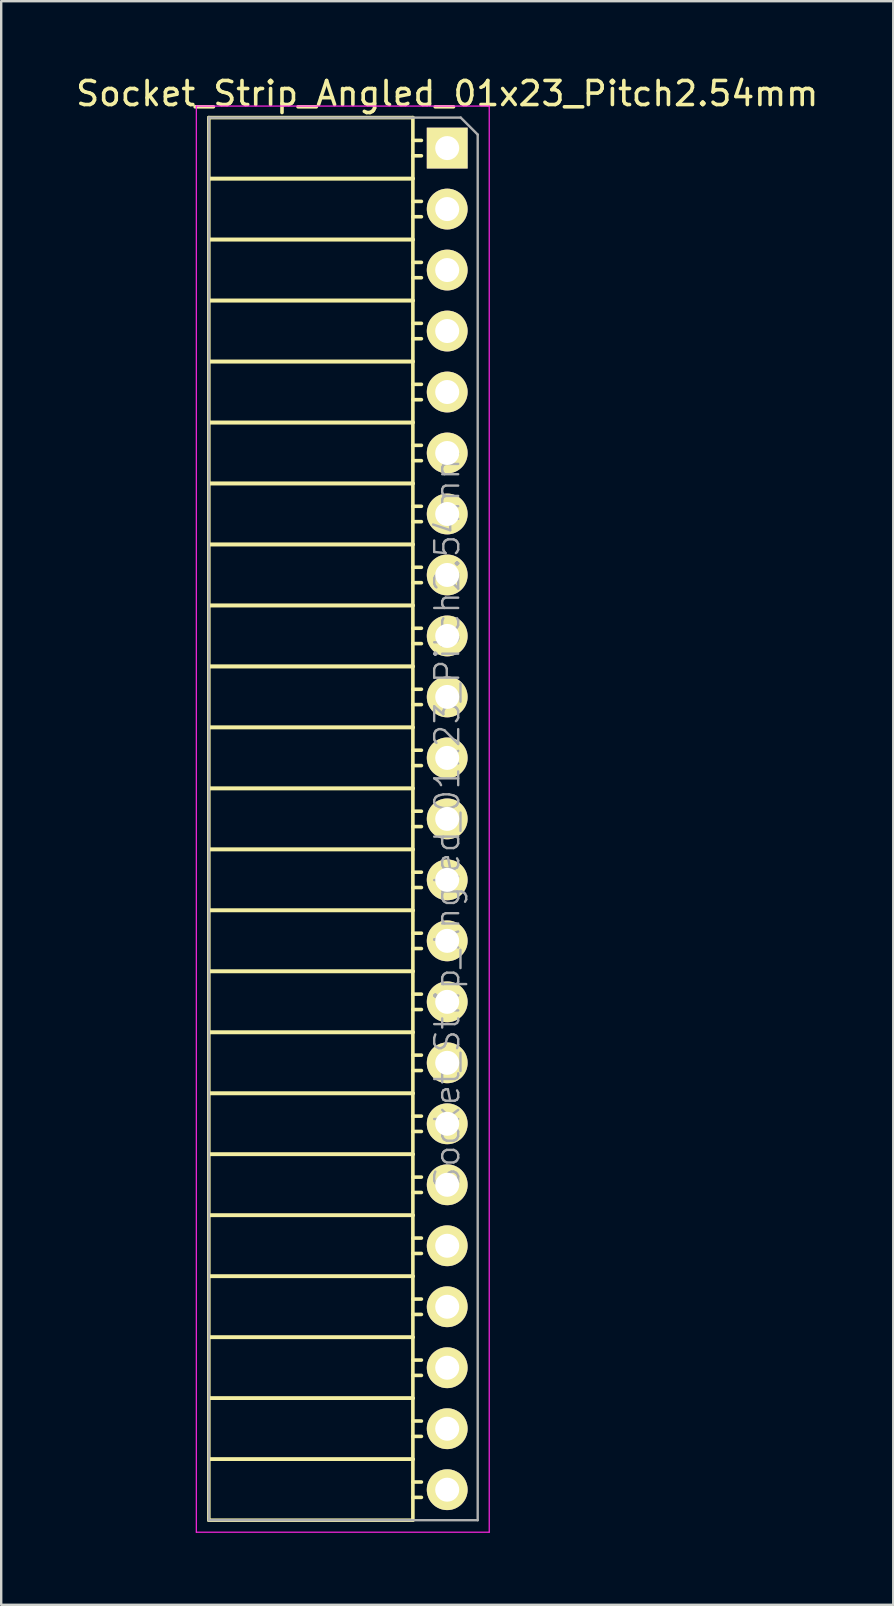
<source format=kicad_pcb>
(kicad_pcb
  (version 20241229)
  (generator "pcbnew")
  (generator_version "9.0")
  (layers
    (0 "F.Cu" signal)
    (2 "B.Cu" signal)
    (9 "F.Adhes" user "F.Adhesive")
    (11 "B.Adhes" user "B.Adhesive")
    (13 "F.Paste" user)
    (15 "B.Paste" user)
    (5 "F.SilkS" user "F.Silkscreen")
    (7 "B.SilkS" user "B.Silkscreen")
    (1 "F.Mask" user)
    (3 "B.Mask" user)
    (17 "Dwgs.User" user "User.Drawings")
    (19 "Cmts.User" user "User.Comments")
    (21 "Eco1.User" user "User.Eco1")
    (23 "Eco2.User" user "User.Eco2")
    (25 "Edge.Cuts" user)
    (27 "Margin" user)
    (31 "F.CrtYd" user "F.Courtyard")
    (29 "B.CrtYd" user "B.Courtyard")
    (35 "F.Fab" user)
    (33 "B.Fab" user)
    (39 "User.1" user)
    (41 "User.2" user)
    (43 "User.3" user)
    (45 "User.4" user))
  (footprint "Socket_Strip_Angled_01x23_Pitch2.54mm"
    (layer "F.Cu")
    (at 15.577 3.118)
    (property "Reference" "Socket_Strip_Angled_01x23_Pitch2.54mm" (at 0 -2.27 0) (layer "F.SilkS") (effects (font (size 1 1) (thickness 0.15))))
    (attr smd)
    (fp_line (start -9.93 -1.27) (end -9.93 1.27) (stroke (width 0.15) (type solid)) (layer "F.SilkS"))
    (fp_line (start -9.93 -1.27) (end -1.43 -1.27) (stroke (width 0.15) (type solid)) (layer "F.SilkS"))
    (fp_line (start -9.93 1.27) (end -9.93 3.81) (stroke (width 0.15) (type solid)) (layer "F.SilkS"))
    (fp_line (start -9.93 1.27) (end -1.43 1.27) (stroke (width 0.15) (type solid)) (layer "F.SilkS"))
    (fp_line (start -9.93 1.27) (end -1.43 1.27) (stroke (width 0.15) (type solid)) (layer "F.SilkS"))
    (fp_line (start -9.93 3.81) (end -9.93 6.35) (stroke (width 0.15) (type solid)) (layer "F.SilkS"))
    (fp_line (start -9.93 3.81) (end -1.43 3.81) (stroke (width 0.15) (type solid)) (layer "F.SilkS"))
    (fp_line (start -9.93 3.81) (end -1.43 3.81) (stroke (width 0.15) (type solid)) (layer "F.SilkS"))
    (fp_line (start -9.93 6.35) (end -9.93 8.89) (stroke (width 0.15) (type solid)) (layer "F.SilkS"))
    (fp_line (start -9.93 6.35) (end -1.43 6.35) (stroke (width 0.15) (type solid)) (layer "F.SilkS"))
    (fp_line (start -9.93 6.35) (end -1.43 6.35) (stroke (width 0.15) (type solid)) (layer "F.SilkS"))
    (fp_line (start -9.93 8.89) (end -9.93 11.43) (stroke (width 0.15) (type solid)) (layer "F.SilkS"))
    (fp_line (start -9.93 8.89) (end -1.43 8.89) (stroke (width 0.15) (type solid)) (layer "F.SilkS"))
    (fp_line (start -9.93 8.89) (end -1.43 8.89) (stroke (width 0.15) (type solid)) (layer "F.SilkS"))
    (fp_line (start -9.93 11.43) (end -9.93 13.97) (stroke (width 0.15) (type solid)) (layer "F.SilkS"))
    (fp_line (start -9.93 11.43) (end -1.43 11.43) (stroke (width 0.15) (type solid)) (layer "F.SilkS"))
    (fp_line (start -9.93 11.43) (end -1.43 11.43) (stroke (width 0.15) (type solid)) (layer "F.SilkS"))
    (fp_line (start -9.93 13.97) (end -9.93 16.51) (stroke (width 0.15) (type solid)) (layer "F.SilkS"))
    (fp_line (start -9.93 13.97) (end -1.43 13.97) (stroke (width 0.15) (type solid)) (layer "F.SilkS"))
    (fp_line (start -9.93 13.97) (end -1.43 13.97) (stroke (width 0.15) (type solid)) (layer "F.SilkS"))
    (fp_line (start -9.93 16.51) (end -9.93 19.05) (stroke (width 0.15) (type solid)) (layer "F.SilkS"))
    (fp_line (start -9.93 16.51) (end -1.43 16.51) (stroke (width 0.15) (type solid)) (layer "F.SilkS"))
    (fp_line (start -9.93 16.51) (end -1.43 16.51) (stroke (width 0.15) (type solid)) (layer "F.SilkS"))
    (fp_line (start -9.93 19.05) (end -9.93 21.59) (stroke (width 0.15) (type solid)) (layer "F.SilkS"))
    (fp_line (start -9.93 19.05) (end -1.43 19.05) (stroke (width 0.15) (type solid)) (layer "F.SilkS"))
    (fp_line (start -9.93 19.05) (end -1.43 19.05) (stroke (width 0.15) (type solid)) (layer "F.SilkS"))
    (fp_line (start -9.93 21.59) (end -9.93 24.13) (stroke (width 0.15) (type solid)) (layer "F.SilkS"))
    (fp_line (start -9.93 21.59) (end -1.43 21.59) (stroke (width 0.15) (type solid)) (layer "F.SilkS"))
    (fp_line (start -9.93 21.59) (end -1.43 21.59) (stroke (width 0.15) (type solid)) (layer "F.SilkS"))
    (fp_line (start -9.93 24.13) (end -9.93 26.67) (stroke (width 0.15) (type solid)) (layer "F.SilkS"))
    (fp_line (start -9.93 24.13) (end -1.43 24.13) (stroke (width 0.15) (type solid)) (layer "F.SilkS"))
    (fp_line (start -9.93 24.13) (end -1.43 24.13) (stroke (width 0.15) (type solid)) (layer "F.SilkS"))
    (fp_line (start -9.93 26.67) (end -9.93 29.21) (stroke (width 0.15) (type solid)) (layer "F.SilkS"))
    (fp_line (start -9.93 26.67) (end -1.43 26.67) (stroke (width 0.15) (type solid)) (layer "F.SilkS"))
    (fp_line (start -9.93 26.67) (end -1.43 26.67) (stroke (width 0.15) (type solid)) (layer "F.SilkS"))
    (fp_line (start -9.93 29.21) (end -9.93 31.75) (stroke (width 0.15) (type solid)) (layer "F.SilkS"))
    (fp_line (start -9.93 29.21) (end -1.43 29.21) (stroke (width 0.15) (type solid)) (layer "F.SilkS"))
    (fp_line (start -9.93 29.21) (end -1.43 29.21) (stroke (width 0.15) (type solid)) (layer "F.SilkS"))
    (fp_line (start -9.93 31.75) (end -9.93 34.29) (stroke (width 0.15) (type solid)) (layer "F.SilkS"))
    (fp_line (start -9.93 31.75) (end -1.43 31.75) (stroke (width 0.15) (type solid)) (layer "F.SilkS"))
    (fp_line (start -9.93 31.75) (end -1.43 31.75) (stroke (width 0.15) (type solid)) (layer "F.SilkS"))
    (fp_line (start -9.93 34.29) (end -9.93 36.83) (stroke (width 0.15) (type solid)) (layer "F.SilkS"))
    (fp_line (start -9.93 34.29) (end -1.43 34.29) (stroke (width 0.15) (type solid)) (layer "F.SilkS"))
    (fp_line (start -9.93 34.29) (end -1.43 34.29) (stroke (width 0.15) (type solid)) (layer "F.SilkS"))
    (fp_line (start -9.93 36.83) (end -9.93 39.37) (stroke (width 0.15) (type solid)) (layer "F.SilkS"))
    (fp_line (start -9.93 36.83) (end -1.43 36.83) (stroke (width 0.15) (type solid)) (layer "F.SilkS"))
    (fp_line (start -9.93 36.83) (end -1.43 36.83) (stroke (width 0.15) (type solid)) (layer "F.SilkS"))
    (fp_line (start -9.93 39.37) (end -9.93 41.91) (stroke (width 0.15) (type solid)) (layer "F.SilkS"))
    (fp_line (start -9.93 39.37) (end -1.43 39.37) (stroke (width 0.15) (type solid)) (layer "F.SilkS"))
    (fp_line (start -9.93 39.37) (end -1.43 39.37) (stroke (width 0.15) (type solid)) (layer "F.SilkS"))
    (fp_line (start -9.93 41.91) (end -9.93 44.45) (stroke (width 0.15) (type solid)) (layer "F.SilkS"))
    (fp_line (start -9.93 41.91) (end -1.43 41.91) (stroke (width 0.15) (type solid)) (layer "F.SilkS"))
    (fp_line (start -9.93 41.91) (end -1.43 41.91) (stroke (width 0.15) (type solid)) (layer "F.SilkS"))
    (fp_line (start -9.93 44.45) (end -9.93 46.99) (stroke (width 0.15) (type solid)) (layer "F.SilkS"))
    (fp_line (start -9.93 44.45) (end -1.43 44.45) (stroke (width 0.15) (type solid)) (layer "F.SilkS"))
    (fp_line (start -9.93 44.45) (end -1.43 44.45) (stroke (width 0.15) (type solid)) (layer "F.SilkS"))
    (fp_line (start -9.93 46.99) (end -9.93 49.53) (stroke (width 0.15) (type solid)) (layer "F.SilkS"))
    (fp_line (start -9.93 46.99) (end -1.43 46.99) (stroke (width 0.15) (type solid)) (layer "F.SilkS"))
    (fp_line (start -9.93 46.99) (end -1.43 46.99) (stroke (width 0.15) (type solid)) (layer "F.SilkS"))
    (fp_line (start -9.93 49.53) (end -9.93 52.07) (stroke (width 0.15) (type solid)) (layer "F.SilkS"))
    (fp_line (start -9.93 49.53) (end -1.43 49.53) (stroke (width 0.15) (type solid)) (layer "F.SilkS"))
    (fp_line (start -9.93 49.53) (end -1.43 49.53) (stroke (width 0.15) (type solid)) (layer "F.SilkS"))
    (fp_line (start -9.93 52.07) (end -9.93 54.61) (stroke (width 0.15) (type solid)) (layer "F.SilkS"))
    (fp_line (start -9.93 52.07) (end -1.43 52.07) (stroke (width 0.15) (type solid)) (layer "F.SilkS"))
    (fp_line (start -9.93 52.07) (end -1.43 52.07) (stroke (width 0.15) (type solid)) (layer "F.SilkS"))
    (fp_line (start -9.93 54.61) (end -9.93 57.15) (stroke (width 0.15) (type solid)) (layer "F.SilkS"))
    (fp_line (start -9.93 54.61) (end -1.43 54.61) (stroke (width 0.15) (type solid)) (layer "F.SilkS"))
    (fp_line (start -9.93 54.61) (end -1.43 54.61) (stroke (width 0.15) (type solid)) (layer "F.SilkS"))
    (fp_line (start -9.93 57.15) (end -1.43 57.15) (stroke (width 0.15) (type solid)) (layer "F.SilkS"))
    (fp_line (start -1.43 -1.27) (end -1.43 1.27) (stroke (width 0.15) (type solid)) (layer "F.SilkS"))
    (fp_line (start -1.43 -0.32) (end -1.075 -0.32) (stroke (width 0.15) (type solid)) (layer "F.SilkS"))
    (fp_line (start -1.43 0.32) (end -1.075 0.32) (stroke (width 0.15) (type solid)) (layer "F.SilkS"))
    (fp_line (start -1.43 1.27) (end -1.43 3.81) (stroke (width 0.15) (type solid)) (layer "F.SilkS"))
    (fp_line (start -1.43 2.22) (end -1.075 2.22) (stroke (width 0.15) (type solid)) (layer "F.SilkS"))
    (fp_line (start -1.43 2.86) (end -1.075 2.86) (stroke (width 0.15) (type solid)) (layer "F.SilkS"))
    (fp_line (start -1.43 3.81) (end -1.43 6.35) (stroke (width 0.15) (type solid)) (layer "F.SilkS"))
    (fp_line (start -1.43 4.76) (end -1.075 4.76) (stroke (width 0.15) (type solid)) (layer "F.SilkS"))
    (fp_line (start -1.43 5.4) (end -1.075 5.4) (stroke (width 0.15) (type solid)) (layer "F.SilkS"))
    (fp_line (start -1.43 6.35) (end -1.43 8.89) (stroke (width 0.15) (type solid)) (layer "F.SilkS"))
    (fp_line (start -1.43 7.3) (end -1.075 7.3) (stroke (width 0.15) (type solid)) (layer "F.SilkS"))
    (fp_line (start -1.43 7.94) (end -1.075 7.94) (stroke (width 0.15) (type solid)) (layer "F.SilkS"))
    (fp_line (start -1.43 8.89) (end -1.43 11.43) (stroke (width 0.15) (type solid)) (layer "F.SilkS"))
    (fp_line (start -1.43 9.84) (end -1.075 9.84) (stroke (width 0.15) (type solid)) (layer "F.SilkS"))
    (fp_line (start -1.43 10.48) (end -1.075 10.48) (stroke (width 0.15) (type solid)) (layer "F.SilkS"))
    (fp_line (start -1.43 11.43) (end -1.43 13.97) (stroke (width 0.15) (type solid)) (layer "F.SilkS"))
    (fp_line (start -1.43 12.38) (end -1.075 12.38) (stroke (width 0.15) (type solid)) (layer "F.SilkS"))
    (fp_line (start -1.43 13.02) (end -1.075 13.02) (stroke (width 0.15) (type solid)) (layer "F.SilkS"))
    (fp_line (start -1.43 13.97) (end -1.43 16.51) (stroke (width 0.15) (type solid)) (layer "F.SilkS"))
    (fp_line (start -1.43 14.92) (end -1.075 14.92) (stroke (width 0.15) (type solid)) (layer "F.SilkS"))
    (fp_line (start -1.43 15.56) (end -1.075 15.56) (stroke (width 0.15) (type solid)) (layer "F.SilkS"))
    (fp_line (start -1.43 16.51) (end -1.43 19.05) (stroke (width 0.15) (type solid)) (layer "F.SilkS"))
    (fp_line (start -1.43 17.46) (end -1.075 17.46) (stroke (width 0.15) (type solid)) (layer "F.SilkS"))
    (fp_line (start -1.43 18.1) (end -1.075 18.1) (stroke (width 0.15) (type solid)) (layer "F.SilkS"))
    (fp_line (start -1.43 19.05) (end -1.43 21.59) (stroke (width 0.15) (type solid)) (layer "F.SilkS"))
    (fp_line (start -1.43 20) (end -1.075 20) (stroke (width 0.15) (type solid)) (layer "F.SilkS"))
    (fp_line (start -1.43 20.64) (end -1.075 20.64) (stroke (width 0.15) (type solid)) (layer "F.SilkS"))
    (fp_line (start -1.43 21.59) (end -1.43 24.13) (stroke (width 0.15) (type solid)) (layer "F.SilkS"))
    (fp_line (start -1.43 22.54) (end -1.075 22.54) (stroke (width 0.15) (type solid)) (layer "F.SilkS"))
    (fp_line (start -1.43 23.18) (end -1.075 23.18) (stroke (width 0.15) (type solid)) (layer "F.SilkS"))
    (fp_line (start -1.43 24.13) (end -1.43 26.67) (stroke (width 0.15) (type solid)) (layer "F.SilkS"))
    (fp_line (start -1.43 25.08) (end -1.075 25.08) (stroke (width 0.15) (type solid)) (layer "F.SilkS"))
    (fp_line (start -1.43 25.72) (end -1.075 25.72) (stroke (width 0.15) (type solid)) (layer "F.SilkS"))
    (fp_line (start -1.43 26.67) (end -1.43 29.21) (stroke (width 0.15) (type solid)) (layer "F.SilkS"))
    (fp_line (start -1.43 27.62) (end -1.075 27.62) (stroke (width 0.15) (type solid)) (layer "F.SilkS"))
    (fp_line (start -1.43 28.26) (end -1.075 28.26) (stroke (width 0.15) (type solid)) (layer "F.SilkS"))
    (fp_line (start -1.43 29.21) (end -1.43 31.75) (stroke (width 0.15) (type solid)) (layer "F.SilkS"))
    (fp_line (start -1.43 30.16) (end -1.075 30.16) (stroke (width 0.15) (type solid)) (layer "F.SilkS"))
    (fp_line (start -1.43 30.8) (end -1.075 30.8) (stroke (width 0.15) (type solid)) (layer "F.SilkS"))
    (fp_line (start -1.43 31.75) (end -1.43 34.29) (stroke (width 0.15) (type solid)) (layer "F.SilkS"))
    (fp_line (start -1.43 32.7) (end -1.075 32.7) (stroke (width 0.15) (type solid)) (layer "F.SilkS"))
    (fp_line (start -1.43 33.34) (end -1.075 33.34) (stroke (width 0.15) (type solid)) (layer "F.SilkS"))
    (fp_line (start -1.43 34.29) (end -1.43 36.83) (stroke (width 0.15) (type solid)) (layer "F.SilkS"))
    (fp_line (start -1.43 35.24) (end -1.075 35.24) (stroke (width 0.15) (type solid)) (layer "F.SilkS"))
    (fp_line (start -1.43 35.88) (end -1.075 35.88) (stroke (width 0.15) (type solid)) (layer "F.SilkS"))
    (fp_line (start -1.43 36.83) (end -1.43 39.37) (stroke (width 0.15) (type solid)) (layer "F.SilkS"))
    (fp_line (start -1.43 37.78) (end -1.075 37.78) (stroke (width 0.15) (type solid)) (layer "F.SilkS"))
    (fp_line (start -1.43 38.42) (end -1.075 38.42) (stroke (width 0.15) (type solid)) (layer "F.SilkS"))
    (fp_line (start -1.43 39.37) (end -1.43 41.91) (stroke (width 0.15) (type solid)) (layer "F.SilkS"))
    (fp_line (start -1.43 40.32) (end -1.075 40.32) (stroke (width 0.15) (type solid)) (layer "F.SilkS"))
    (fp_line (start -1.43 40.96) (end -1.075 40.96) (stroke (width 0.15) (type solid)) (layer "F.SilkS"))
    (fp_line (start -1.43 41.91) (end -1.43 44.45) (stroke (width 0.15) (type solid)) (layer "F.SilkS"))
    (fp_line (start -1.43 42.86) (end -1.075 42.86) (stroke (width 0.15) (type solid)) (layer "F.SilkS"))
    (fp_line (start -1.43 43.5) (end -1.075 43.5) (stroke (width 0.15) (type solid)) (layer "F.SilkS"))
    (fp_line (start -1.43 44.45) (end -1.43 46.99) (stroke (width 0.15) (type solid)) (layer "F.SilkS"))
    (fp_line (start -1.43 45.4) (end -1.075 45.4) (stroke (width 0.15) (type solid)) (layer "F.SilkS"))
    (fp_line (start -1.43 46.04) (end -1.075 46.04) (stroke (width 0.15) (type solid)) (layer "F.SilkS"))
    (fp_line (start -1.43 46.99) (end -1.43 49.53) (stroke (width 0.15) (type solid)) (layer "F.SilkS"))
    (fp_line (start -1.43 47.94) (end -1.075 47.94) (stroke (width 0.15) (type solid)) (layer "F.SilkS"))
    (fp_line (start -1.43 48.58) (end -1.075 48.58) (stroke (width 0.15) (type solid)) (layer "F.SilkS"))
    (fp_line (start -1.43 49.53) (end -1.43 52.07) (stroke (width 0.15) (type solid)) (layer "F.SilkS"))
    (fp_line (start -1.43 50.48) (end -1.075 50.48) (stroke (width 0.15) (type solid)) (layer "F.SilkS"))
    (fp_line (start -1.43 51.12) (end -1.075 51.12) (stroke (width 0.15) (type solid)) (layer "F.SilkS"))
    (fp_line (start -1.43 52.07) (end -1.43 54.61) (stroke (width 0.15) (type solid)) (layer "F.SilkS"))
    (fp_line (start -1.43 53.02) (end -1.075 53.02) (stroke (width 0.15) (type solid)) (layer "F.SilkS"))
    (fp_line (start -1.43 53.66) (end -1.075 53.66) (stroke (width 0.15) (type solid)) (layer "F.SilkS"))
    (fp_line (start -1.43 54.61) (end -1.43 57.15) (stroke (width 0.15) (type solid)) (layer "F.SilkS"))
    (fp_line (start -1.43 55.56) (end -1.075 55.56) (stroke (width 0.15) (type solid)) (layer "F.SilkS"))
    (fp_line (start -1.43 56.2) (end -1.075 56.2) (stroke (width 0.15) (type solid)) (layer "F.SilkS"))
    (fp_line (start -10.45 -1.75) (end 1.75 -1.75) (stroke (width 0.05) (type solid)) (layer "F.CrtYd"))
    (fp_line (start -10.45 57.65) (end -10.45 -1.75) (stroke (width 0.05) (type solid)) (layer "F.CrtYd"))
    (fp_line (start -10.45 57.65) (end 1.75 57.65) (stroke (width 0.05) (type solid)) (layer "F.CrtYd"))
    (fp_line (start 1.75 57.65) (end 1.75 -1.75) (stroke (width 0.05) (type solid)) (layer "F.CrtYd"))
    (fp_line (start -9.93 -1.27) (end 0.563 -1.27) (stroke (width 0.1) (type solid)) (layer "F.Fab"))
    (fp_line (start -9.93 57.15) (end -9.93 -1.27) (stroke (width 0.1) (type solid)) (layer "F.Fab"))
    (fp_line (start -9.93 57.15) (end 1.27 57.15) (stroke (width 0.1) (type solid)) (layer "F.Fab"))
    (fp_line (start 1.27 -0.563) (end 0.563 -1.27) (stroke (width 0.1) (type solid)) (layer "F.Fab"))
    (fp_line (start 1.27 57.15) (end 1.27 -0.563) (stroke (width 0.1) (type solid)) (layer "F.Fab"))
    (fp_text user "${REFERENCE}" (at 0 27.94 90) (layer "F.Fab") (effects (font (size 1 1) (thickness 0.1))))
    (pad "1" thru_hole rect (at 0 0) (size 1.7 1.7) (drill 1) (layers "*.Cu" "*.Mask" "F.SilkS"))
    (pad "2" thru_hole oval (at 0 2.54) (size 1.7 1.7) (drill 1) (layers "*.Cu" "*.Mask" "F.SilkS"))
    (pad "3" thru_hole oval (at 0 5.08) (size 1.7 1.7) (drill 1) (layers "*.Cu" "*.Mask" "F.SilkS"))
    (pad "4" thru_hole oval (at 0 7.62) (size 1.7 1.7) (drill 1) (layers "*.Cu" "*.Mask" "F.SilkS"))
    (pad "5" thru_hole oval (at 0 10.16) (size 1.7 1.7) (drill 1) (layers "*.Cu" "*.Mask" "F.SilkS"))
    (pad "6" thru_hole oval (at 0 12.7) (size 1.7 1.7) (drill 1) (layers "*.Cu" "*.Mask" "F.SilkS"))
    (pad "7" thru_hole oval (at 0 15.24) (size 1.7 1.7) (drill 1) (layers "*.Cu" "*.Mask" "F.SilkS"))
    (pad "8" thru_hole oval (at 0 17.78) (size 1.7 1.7) (drill 1) (layers "*.Cu" "*.Mask" "F.SilkS"))
    (pad "9" thru_hole oval (at 0 20.32) (size 1.7 1.7) (drill 1) (layers "*.Cu" "*.Mask" "F.SilkS"))
    (pad "10" thru_hole oval (at 0 22.86) (size 1.7 1.7) (drill 1) (layers "*.Cu" "*.Mask" "F.SilkS"))
    (pad "11" thru_hole oval (at 0 25.4) (size 1.7 1.7) (drill 1) (layers "*.Cu" "*.Mask" "F.SilkS"))
    (pad "12" thru_hole oval (at 0 27.94) (size 1.7 1.7) (drill 1) (layers "*.Cu" "*.Mask" "F.SilkS"))
    (pad "13" thru_hole oval (at 0 30.48) (size 1.7 1.7) (drill 1) (layers "*.Cu" "*.Mask" "F.SilkS"))
    (pad "14" thru_hole oval (at 0 33.02) (size 1.7 1.7) (drill 1) (layers "*.Cu" "*.Mask" "F.SilkS"))
    (pad "15" thru_hole oval (at 0 35.56) (size 1.7 1.7) (drill 1) (layers "*.Cu" "*.Mask" "F.SilkS"))
    (pad "16" thru_hole oval (at 0 38.1) (size 1.7 1.7) (drill 1) (layers "*.Cu" "*.Mask" "F.SilkS"))
    (pad "17" thru_hole oval (at 0 40.64) (size 1.7 1.7) (drill 1) (layers "*.Cu" "*.Mask" "F.SilkS"))
    (pad "18" thru_hole oval (at 0 43.18) (size 1.7 1.7) (drill 1) (layers "*.Cu" "*.Mask" "F.SilkS"))
    (pad "19" thru_hole oval (at 0 45.72) (size 1.7 1.7) (drill 1) (layers "*.Cu" "*.Mask" "F.SilkS"))
    (pad "20" thru_hole oval (at 0 48.26) (size 1.7 1.7) (drill 1) (layers "*.Cu" "*.Mask" "F.SilkS"))
    (pad "21" thru_hole oval (at 0 50.8) (size 1.7 1.7) (drill 1) (layers "*.Cu" "*.Mask" "F.SilkS"))
    (pad "22" thru_hole oval (at 0 53.34) (size 1.7 1.7) (drill 1) (layers "*.Cu" "*.Mask" "F.SilkS"))
    (pad "23" thru_hole oval (at 0 55.88) (size 1.7 1.7) (drill 1) (layers "*.Cu" "*.Mask" "F.SilkS")))
  (gr_rect
    (start -3 -3)
    (end 34.155 63.793)
    (stroke (width 0.1) (type default))
    (fill no)
    (layer "Edge.Cuts")))
</source>
